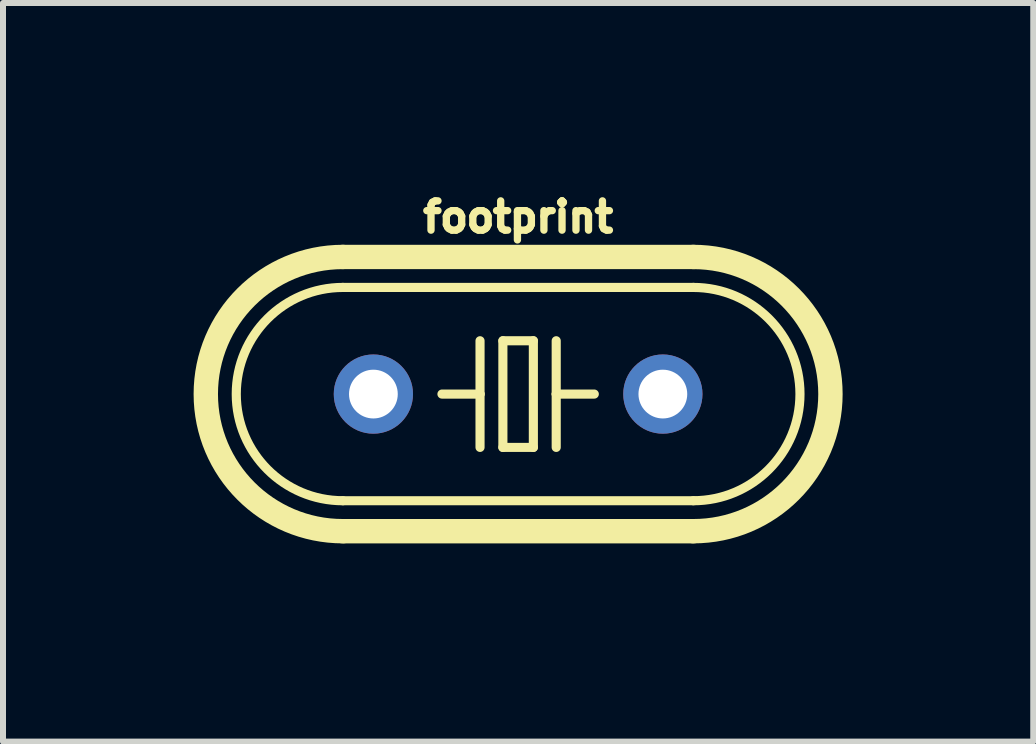
<source format=kicad_pcb>
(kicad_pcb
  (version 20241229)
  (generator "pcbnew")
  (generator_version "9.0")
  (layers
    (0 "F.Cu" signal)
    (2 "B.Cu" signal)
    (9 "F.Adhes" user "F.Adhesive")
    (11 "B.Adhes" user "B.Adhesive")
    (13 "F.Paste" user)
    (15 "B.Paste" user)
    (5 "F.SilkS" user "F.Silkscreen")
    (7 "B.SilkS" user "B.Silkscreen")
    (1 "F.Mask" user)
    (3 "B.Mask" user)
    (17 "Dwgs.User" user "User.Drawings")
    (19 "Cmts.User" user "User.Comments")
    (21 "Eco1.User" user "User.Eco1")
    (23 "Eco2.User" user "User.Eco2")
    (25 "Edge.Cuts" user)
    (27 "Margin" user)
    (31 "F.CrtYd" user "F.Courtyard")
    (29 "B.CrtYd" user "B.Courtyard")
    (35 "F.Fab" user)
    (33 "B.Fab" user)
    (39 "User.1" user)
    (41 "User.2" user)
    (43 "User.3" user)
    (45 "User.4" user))
  (footprint "footprint"
    (layer "F.Cu")
    (at 5.588 3.52)
    (property "Reference" "footprint" (at 0 -2.667 0) (layer "F.SilkS") (effects (font (size 0.488 0.488) (thickness 0.122)) (justify bottom)))
    (fp_line (start -2.921 -2.286) (end 2.921 -2.286) (stroke (width 0.406) (type solid)) (layer "F.SilkS"))
    (fp_line (start -2.921 1.778) (end 2.921 1.778) (stroke (width 0.152) (type solid)) (layer "F.SilkS"))
    (fp_line (start -2.921 2.286) (end 2.921 2.286) (stroke (width 0.406) (type solid)) (layer "F.SilkS"))
    (fp_line (start -0.635 -0.889) (end -0.635 0) (stroke (width 0.152) (type solid)) (layer "F.SilkS"))
    (fp_line (start -0.635 0) (end -1.27 0) (stroke (width 0.152) (type solid)) (layer "F.SilkS"))
    (fp_line (start -0.635 0) (end -0.635 0.889) (stroke (width 0.152) (type solid)) (layer "F.SilkS"))
    (fp_line (start -0.254 -0.889) (end 0.254 -0.889) (stroke (width 0.152) (type solid)) (layer "F.SilkS"))
    (fp_line (start -0.254 0.889) (end -0.254 -0.889) (stroke (width 0.152) (type solid)) (layer "F.SilkS"))
    (fp_line (start 0.254 -0.889) (end 0.254 0.889) (stroke (width 0.152) (type solid)) (layer "F.SilkS"))
    (fp_line (start 0.254 0.889) (end -0.254 0.889) (stroke (width 0.152) (type solid)) (layer "F.SilkS"))
    (fp_line (start 0.635 -0.889) (end 0.635 0) (stroke (width 0.152) (type solid)) (layer "F.SilkS"))
    (fp_line (start 0.635 0) (end 0.635 0.889) (stroke (width 0.152) (type solid)) (layer "F.SilkS"))
    (fp_line (start 0.635 0) (end 1.27 0) (stroke (width 0.152) (type solid)) (layer "F.SilkS"))
    (fp_line (start 2.921 -1.778) (end -2.921 -1.778) (stroke (width 0.152) (type solid)) (layer "F.SilkS"))
    (fp_arc (start -2.921 1.778) (mid -4.699 0) (end -2.921 -1.778) (stroke (width 0.1524) (type solid)) (layer "F.SilkS"))
    (fp_arc (start -2.921 2.286) (mid -5.207 0) (end -2.921 -2.286) (stroke (width 0.4064) (type solid)) (layer "F.SilkS"))
    (fp_arc (start 2.921 -2.286) (mid 5.207 0) (end 2.921 2.286) (stroke (width 0.4064) (type solid)) (layer "F.SilkS"))
    (fp_arc (start 2.921 -1.778) (mid 4.699 0) (end 2.921 1.778) (stroke (width 0.1524) (type solid)) (layer "F.SilkS"))
    (pad "1" thru_hole circle (at -2.413 0) (size 1.321 1.321) (drill 0.813) (layers "*.Cu" "*.Mask"))
    (pad "2" thru_hole circle (at 2.413 0) (size 1.321 1.321) (drill 0.813) (layers "*.Cu" "*.Mask"))
    (zone (net_name "") (layers "F.Cu" "B.Cu") (hatch edge 0.508) (connect_pads) (min_thickness 0.254) (filled_areas_thickness no) (keepout (tracks allowed) (vias not_allowed) (pads allowed) (copperpour allowed) (footprints allowed)) (placement (enabled no)) (fill) (polygon (pts (xy 0 4.79) (xy 0.254 4.79) (xy 0.254 2.504) (xy 0 2.504))))
    (zone (net_name "") (layers "F.Cu" "B.Cu") (hatch edge 0.508) (connect_pads) (min_thickness 0.254) (filled_areas_thickness no) (keepout (tracks allowed) (vias not_allowed) (pads allowed) (copperpour allowed) (footprints allowed)) (placement (enabled no)) (fill) (polygon (pts (xy 0.254 5.298) (xy 0.762 5.298) (xy 0.762 1.742) (xy 0.254 1.742))))
    (zone (net_name "") (layers "F.Cu" "B.Cu") (hatch edge 0.508) (connect_pads) (min_thickness 0.254) (filled_areas_thickness no) (keepout (tracks allowed) (vias not_allowed) (pads allowed) (copperpour allowed) (footprints allowed)) (placement (enabled no)) (fill) (polygon (pts (xy 0.762 5.806) (xy 1.27 5.806) (xy 1.27 1.234) (xy 0.762 1.234))))
    (zone (net_name "") (layers "F.Cu" "B.Cu") (hatch edge 0.508) (connect_pads) (min_thickness 0.254) (filled_areas_thickness no) (keepout (tracks allowed) (vias not_allowed) (pads allowed) (copperpour allowed) (footprints allowed)) (placement (enabled no)) (fill) (polygon (pts (xy 1.27 6.06) (xy 1.778 6.06) (xy 1.778 0.98) (xy 1.27 0.98))))
    (zone (net_name "") (layers "F.Cu" "B.Cu") (hatch edge 0.508) (connect_pads) (min_thickness 0.254) (filled_areas_thickness no) (keepout (tracks allowed) (vias not_allowed) (pads allowed) (copperpour allowed) (footprints allowed)) (placement (enabled no)) (fill) (polygon (pts (xy 1.778 6.314) (xy 9.398 6.314) (xy 9.398 0.726) (xy 1.778 0.726))))
    (zone (net_name "") (layers "F.Cu" "B.Cu") (hatch edge 0.508) (connect_pads) (min_thickness 0.254) (filled_areas_thickness no) (keepout (tracks allowed) (vias not_allowed) (pads allowed) (copperpour allowed) (footprints allowed)) (placement (enabled no)) (fill) (polygon (pts (xy 9.398 6.06) (xy 9.906 6.06) (xy 9.906 0.98) (xy 9.398 0.98))))
    (zone (net_name "") (layers "F.Cu" "B.Cu") (hatch edge 0.508) (connect_pads) (min_thickness 0.254) (filled_areas_thickness no) (keepout (tracks allowed) (vias not_allowed) (pads allowed) (copperpour allowed) (footprints allowed)) (placement (enabled no)) (fill) (polygon (pts (xy 9.906 5.806) (xy 10.414 5.806) (xy 10.414 1.234) (xy 9.906 1.234))))
    (zone (net_name "") (layers "F.Cu" "B.Cu") (hatch edge 0.508) (connect_pads) (min_thickness 0.254) (filled_areas_thickness no) (keepout (tracks allowed) (vias not_allowed) (pads allowed) (copperpour allowed) (footprints allowed)) (placement (enabled no)) (fill) (polygon (pts (xy 10.414 5.298) (xy 10.922 5.298) (xy 10.922 1.742) (xy 10.414 1.742))))
    (zone (net_name "") (layers "F.Cu" "B.Cu") (hatch edge 0.508) (connect_pads) (min_thickness 0.254) (filled_areas_thickness no) (keepout (tracks allowed) (vias not_allowed) (pads allowed) (copperpour allowed) (footprints allowed)) (placement (enabled no)) (fill) (polygon (pts (xy 10.922 4.536) (xy 11.176 4.536) (xy 11.176 2.504) (xy 10.922 2.504)))))
  (gr_rect
    (start -3 -3)
    (end 14.176 9.314)
    (stroke (width 0.1) (type default))
    (fill no)
    (layer "Edge.Cuts")))
</source>
